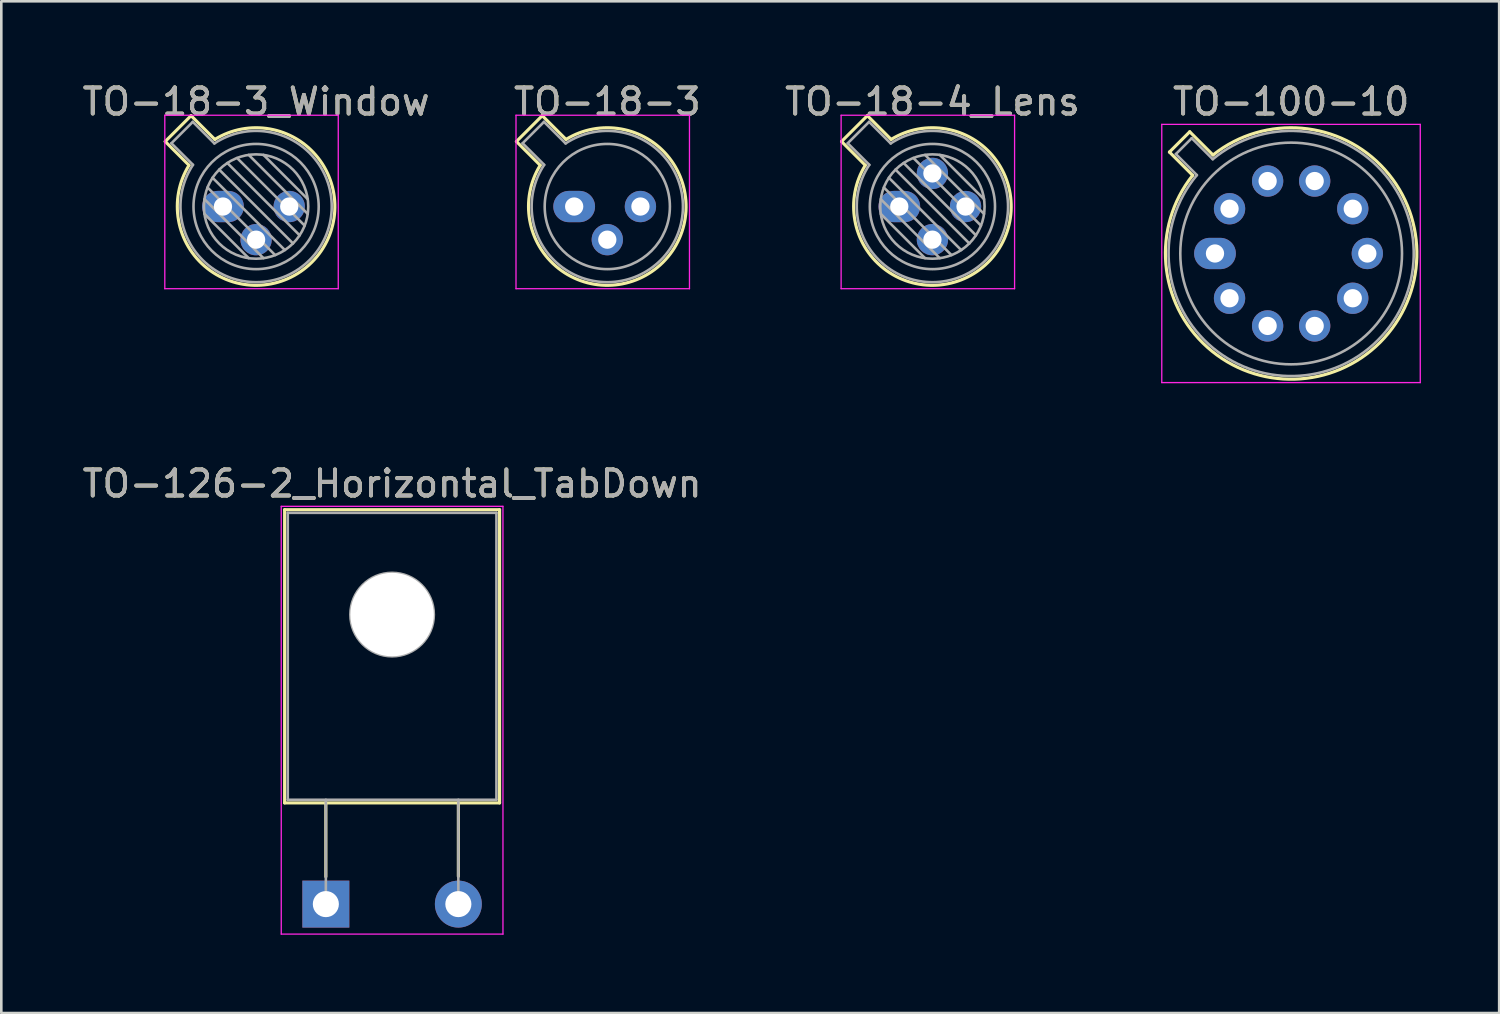
<source format=kicad_pcb>
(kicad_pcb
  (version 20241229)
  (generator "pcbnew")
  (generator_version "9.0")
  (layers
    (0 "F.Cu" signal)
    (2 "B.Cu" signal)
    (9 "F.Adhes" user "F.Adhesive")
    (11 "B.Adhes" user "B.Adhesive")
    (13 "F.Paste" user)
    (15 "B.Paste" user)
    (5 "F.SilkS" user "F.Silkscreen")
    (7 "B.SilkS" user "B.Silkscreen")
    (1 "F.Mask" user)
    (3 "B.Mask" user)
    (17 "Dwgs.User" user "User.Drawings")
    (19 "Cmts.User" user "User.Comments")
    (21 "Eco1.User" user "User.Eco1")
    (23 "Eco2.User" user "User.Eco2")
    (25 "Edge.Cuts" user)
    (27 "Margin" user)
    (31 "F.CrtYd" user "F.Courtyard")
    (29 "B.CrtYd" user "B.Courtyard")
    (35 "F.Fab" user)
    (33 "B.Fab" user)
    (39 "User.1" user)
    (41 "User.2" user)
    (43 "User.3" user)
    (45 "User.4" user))
  (footprint "TO-18-4_Lens"
    (layer "F.Cu")
    (at 31.426 4.868)
    (property "Reference" "TO-18-4_Lens" (at 1.27 -4.02 0) (layer "F.SilkS") (effects (font (size 1 1) (thickness 0.15))))
    (attr through_hole)
    (fp_line (start -2.214 -2.494) (end -1.302 -1.582) (stroke (width 0.12) (type solid)) (layer "F.SilkS"))
    (fp_line (start -1.224 -3.484) (end -2.214 -2.494) (stroke (width 0.12) (type solid)) (layer "F.SilkS"))
    (fp_line (start -0.312 -2.572) (end -1.224 -3.484) (stroke (width 0.12) (type solid)) (layer "F.SilkS"))
    (fp_arc (start -0.312331 -2.572281) (mid 3.405374 2.135551) (end -1.30215 -1.582544) (stroke (width 0.12) (type solid)) (layer "F.SilkS"))
    (fp_line (start -2.23 -3.5) (end -2.23 3.15) (stroke (width 0.05) (type solid)) (layer "F.CrtYd"))
    (fp_line (start -2.23 3.15) (end 4.42 3.15) (stroke (width 0.05) (type solid)) (layer "F.CrtYd"))
    (fp_line (start 4.42 -3.5) (end -2.23 -3.5) (stroke (width 0.05) (type solid)) (layer "F.CrtYd"))
    (fp_line (start 4.42 3.15) (end 4.42 -3.5) (stroke (width 0.05) (type solid)) (layer "F.CrtYd"))
    (fp_line (start -1.977 -2.426) (end -1.149 -1.599) (stroke (width 0.1) (type solid)) (layer "F.Fab"))
    (fp_line (start -1.156 -3.247) (end -1.977 -2.426) (stroke (width 0.1) (type solid)) (layer "F.Fab"))
    (fp_line (start -0.71 -0.283) (end 1.553 1.98) (stroke (width 0.1) (type solid)) (layer "F.Fab"))
    (fp_line (start -0.71 0.283) (end 0.987 1.98) (stroke (width 0.1) (type solid)) (layer "F.Fab"))
    (fp_line (start -0.592 -0.731) (end 2.001 1.862) (stroke (width 0.1) (type solid)) (layer "F.Fab"))
    (fp_line (start -0.399 -1.103) (end 2.373 1.669) (stroke (width 0.1) (type solid)) (layer "F.Fab"))
    (fp_line (start -0.329 -2.419) (end -1.156 -3.247) (stroke (width 0.1) (type solid)) (layer "F.Fab"))
    (fp_line (start -0.145 -1.415) (end 2.685 1.415) (stroke (width 0.1) (type solid)) (layer "F.Fab"))
    (fp_line (start 0.167 -1.669) (end 2.939 1.103) (stroke (width 0.1) (type solid)) (layer "F.Fab"))
    (fp_line (start 0.539 -1.862) (end 3.132 0.731) (stroke (width 0.1) (type solid)) (layer "F.Fab"))
    (fp_line (start 0.987 -1.98) (end 3.25 0.283) (stroke (width 0.1) (type solid)) (layer "F.Fab"))
    (fp_line (start 1.553 -1.98) (end 3.25 -0.283) (stroke (width 0.1) (type solid)) (layer "F.Fab"))
    (fp_arc (start -0.329057 -2.419301) (mid 3.321076 2.050143) (end -1.150029 -1.597956) (stroke (width 0.1) (type solid)) (layer "F.Fab"))
    (fp_circle (center 1.27 0) (end 3.27 0) (stroke (width 0.1) (type solid)) (fill no) (layer "F.Fab"))
    (fp_circle (center 1.27 0) (end 3.67 0) (stroke (width 0.1) (type solid)) (fill no) (layer "F.Fab"))
    (fp_text user "${REFERENCE}" (at 1.27 -4.02 0) (layer "F.Fab") (effects (font (size 1 1) (thickness 0.15))))
    (pad "1" thru_hole oval (at 0 0) (size 1.6 1.2) (drill 0.7) (layers "*.Cu" "*.Mask"))
    (pad "2" thru_hole oval (at 1.27 1.27) (size 1.2 1.2) (drill 0.7) (layers "*.Cu" "*.Mask"))
    (pad "3" thru_hole oval (at 2.54 0) (size 1.2 1.2) (drill 0.7) (layers "*.Cu" "*.Mask"))
    (pad "4" thru_hole oval (at 1.27 -1.27) (size 1.2 1.2) (drill 0.7) (layers "*.Cu" "*.Mask")))
  (footprint "TO-100-10"
    (layer "F.Cu")
    (at 43.529 6.668)
    (property "Reference" "TO-100-10" (at 2.92 -5.82 0) (layer "F.SilkS") (effects (font (size 1 1) (thickness 0.15))))
    (attr through_hole)
    (fp_line (start -1.746 -3.888) (end -0.855 -2.997) (stroke (width 0.12) (type solid)) (layer "F.SilkS"))
    (fp_line (start -0.968 -4.666) (end -1.746 -3.888) (stroke (width 0.12) (type solid)) (layer "F.SilkS"))
    (fp_line (start -0.077 -3.775) (end -0.968 -4.666) (stroke (width 0.12) (type solid)) (layer "F.SilkS"))
    (fp_arc (start -0.077084 -3.774902) (mid 6.328125 3.408384) (end -0.854674 -2.997371) (stroke (width 0.12) (type solid)) (layer "F.SilkS"))
    (fp_line (start -2.04 -4.95) (end -2.04 4.95) (stroke (width 0.05) (type solid)) (layer "F.CrtYd"))
    (fp_line (start -2.04 4.95) (end 7.87 4.95) (stroke (width 0.05) (type solid)) (layer "F.CrtYd"))
    (fp_line (start 7.87 -4.95) (end -2.04 -4.95) (stroke (width 0.05) (type solid)) (layer "F.CrtYd"))
    (fp_line (start 7.87 4.95) (end 7.87 -4.95) (stroke (width 0.05) (type solid)) (layer "F.CrtYd"))
    (fp_line (start -1.5 -3.812) (end -0.694 -3.005) (stroke (width 0.1) (type solid)) (layer "F.Fab"))
    (fp_line (start -0.892 -4.42) (end -1.5 -3.812) (stroke (width 0.1) (type solid)) (layer "F.Fab"))
    (fp_line (start -0.085 -3.614) (end -0.892 -4.42) (stroke (width 0.1) (type solid)) (layer "F.Fab"))
    (fp_arc (start -0.085408 -3.61352) (mid 6.243443 3.323361) (end -0.693594 -3.005319) (stroke (width 0.1) (type solid)) (layer "F.Fab"))
    (fp_circle (center 2.92 0) (end 7.17 0) (stroke (width 0.1) (type solid)) (fill no) (layer "F.Fab"))
    (fp_text user "${REFERENCE}" (at 2.92 -5.82 0) (layer "F.Fab") (effects (font (size 1 1) (thickness 0.15))))
    (pad "1" thru_hole oval (at 0 0) (size 1.6 1.2) (drill 0.7) (layers "*.Cu" "*.Mask"))
    (pad "2" thru_hole oval (at 0.558 1.716) (size 1.2 1.2) (drill 0.7) (layers "*.Cu" "*.Mask"))
    (pad "3" thru_hole oval (at 2.018 2.777) (size 1.2 1.2) (drill 0.7) (layers "*.Cu" "*.Mask"))
    (pad "4" thru_hole oval (at 3.822 2.777) (size 1.2 1.2) (drill 0.7) (layers "*.Cu" "*.Mask"))
    (pad "5" thru_hole oval (at 5.282 1.716) (size 1.2 1.2) (drill 0.7) (layers "*.Cu" "*.Mask"))
    (pad "6" thru_hole oval (at 5.84 0) (size 1.2 1.2) (drill 0.7) (layers "*.Cu" "*.Mask"))
    (pad "7" thru_hole oval (at 5.282 -1.716) (size 1.2 1.2) (drill 0.7) (layers "*.Cu" "*.Mask"))
    (pad "8" thru_hole oval (at 3.822 -2.777) (size 1.2 1.2) (drill 0.7) (layers "*.Cu" "*.Mask"))
    (pad "9" thru_hole oval (at 2.018 -2.777) (size 1.2 1.2) (drill 0.7) (layers "*.Cu" "*.Mask"))
    (pad "10" thru_hole oval (at 0.558 -1.716) (size 1.2 1.2) (drill 0.7) (layers "*.Cu" "*.Mask")))
  (footprint "TO-126-2_Horizontal_TabDown"
    (layer "F.Cu")
    (at 9.442 31.611)
    (property "Reference" "TO-126-2_Horizontal_TabDown" (at 2.54 -16.12 0) (layer "F.SilkS") (effects (font (size 1 1) (thickness 0.15))))
    (attr through_hole)
    (fp_line (start -1.58 -15.12) (end -1.58 -3.88) (stroke (width 0.12) (type solid)) (layer "F.SilkS"))
    (fp_line (start -1.58 -15.12) (end 6.66 -15.12) (stroke (width 0.12) (type solid)) (layer "F.SilkS"))
    (fp_line (start -1.58 -3.88) (end 6.66 -3.88) (stroke (width 0.12) (type solid)) (layer "F.SilkS"))
    (fp_line (start 0 -3.88) (end 0 -1.05) (stroke (width 0.12) (type solid)) (layer "F.SilkS"))
    (fp_line (start 5.08 -3.88) (end 5.08 -1.066) (stroke (width 0.12) (type solid)) (layer "F.SilkS"))
    (fp_line (start 6.66 -15.12) (end 6.66 -3.88) (stroke (width 0.12) (type solid)) (layer "F.SilkS"))
    (fp_line (start -1.71 -15.25) (end -1.71 1.15) (stroke (width 0.05) (type solid)) (layer "F.CrtYd"))
    (fp_line (start -1.71 1.15) (end 6.79 1.15) (stroke (width 0.05) (type solid)) (layer "F.CrtYd"))
    (fp_line (start 6.79 -15.25) (end -1.71 -15.25) (stroke (width 0.05) (type solid)) (layer "F.CrtYd"))
    (fp_line (start 6.79 1.15) (end 6.79 -15.25) (stroke (width 0.05) (type solid)) (layer "F.CrtYd"))
    (fp_line (start -1.46 -15) (end 6.54 -15) (stroke (width 0.1) (type solid)) (layer "F.Fab"))
    (fp_line (start -1.46 -4) (end -1.46 -15) (stroke (width 0.1) (type solid)) (layer "F.Fab"))
    (fp_line (start 0 -4) (end 0 0) (stroke (width 0.1) (type solid)) (layer "F.Fab"))
    (fp_line (start 5.08 -4) (end 5.08 0) (stroke (width 0.1) (type solid)) (layer "F.Fab"))
    (fp_line (start 6.54 -15) (end 6.54 -4) (stroke (width 0.1) (type solid)) (layer "F.Fab"))
    (fp_line (start 6.54 -4) (end -1.46 -4) (stroke (width 0.1) (type solid)) (layer "F.Fab"))
    (fp_circle (center 2.54 -11.1) (end 4.14 -11.1) (stroke (width 0.1) (type solid)) (fill no) (layer "F.Fab"))
    (fp_text user "${REFERENCE}" (at 2.54 -16.12 0) (layer "F.Fab") (effects (font (size 1 1) (thickness 0.15))))
    (pad "" np_thru_hole oval (at 2.54 -11.1) (size 3.2 3.2) (drill 3.2) (layers "*.Cu" "*.Mask"))
    (pad "1" thru_hole rect (at 0 0) (size 1.8 1.8) (drill 1) (layers "*.Cu" "*.Mask"))
    (pad "2" thru_hole oval (at 5.08 0) (size 1.8 1.8) (drill 1) (layers "*.Cu" "*.Mask")))
  (footprint "TO-18-3"
    (layer "F.Cu")
    (at 18.962 4.868)
    (property "Reference" "TO-18-3" (at 1.27 -4.02 0) (layer "F.SilkS") (effects (font (size 1 1) (thickness 0.15))))
    (attr through_hole)
    (fp_line (start -2.214 -2.494) (end -1.302 -1.582) (stroke (width 0.12) (type solid)) (layer "F.SilkS"))
    (fp_line (start -1.224 -3.484) (end -2.214 -2.494) (stroke (width 0.12) (type solid)) (layer "F.SilkS"))
    (fp_line (start -0.312 -2.572) (end -1.224 -3.484) (stroke (width 0.12) (type solid)) (layer "F.SilkS"))
    (fp_arc (start -0.312331 -2.572281) (mid 3.405374 2.135551) (end -1.30215 -1.582544) (stroke (width 0.12) (type solid)) (layer "F.SilkS"))
    (fp_line (start -2.23 -3.5) (end -2.23 3.15) (stroke (width 0.05) (type solid)) (layer "F.CrtYd"))
    (fp_line (start -2.23 3.15) (end 4.42 3.15) (stroke (width 0.05) (type solid)) (layer "F.CrtYd"))
    (fp_line (start 4.42 -3.5) (end -2.23 -3.5) (stroke (width 0.05) (type solid)) (layer "F.CrtYd"))
    (fp_line (start 4.42 3.15) (end 4.42 -3.5) (stroke (width 0.05) (type solid)) (layer "F.CrtYd"))
    (fp_line (start -1.977 -2.426) (end -1.149 -1.599) (stroke (width 0.1) (type solid)) (layer "F.Fab"))
    (fp_line (start -1.156 -3.247) (end -1.977 -2.426) (stroke (width 0.1) (type solid)) (layer "F.Fab"))
    (fp_line (start -0.329 -2.419) (end -1.156 -3.247) (stroke (width 0.1) (type solid)) (layer "F.Fab"))
    (fp_arc (start -0.329057 -2.419301) (mid 3.321076 2.050143) (end -1.150029 -1.597956) (stroke (width 0.1) (type solid)) (layer "F.Fab"))
    (fp_circle (center 1.27 0) (end 3.67 0) (stroke (width 0.1) (type solid)) (fill no) (layer "F.Fab"))
    (fp_text user "${REFERENCE}" (at 1.27 -4.02 0) (layer "F.Fab") (effects (font (size 1 1) (thickness 0.15))))
    (pad "1" thru_hole oval (at 0 0) (size 1.6 1.2) (drill 0.7) (layers "*.Cu" "*.Mask"))
    (pad "2" thru_hole oval (at 1.27 1.27) (size 1.2 1.2) (drill 0.7) (layers "*.Cu" "*.Mask"))
    (pad "3" thru_hole oval (at 2.54 0) (size 1.2 1.2) (drill 0.7) (layers "*.Cu" "*.Mask")))
  (footprint "TO-18-3_Window"
    (layer "F.Cu")
    (at 5.498 4.868)
    (property "Reference" "TO-18-3_Window" (at 1.27 -4.02 0) (layer "F.SilkS") (effects (font (size 1 1) (thickness 0.15))))
    (attr through_hole)
    (fp_line (start -2.214 -2.494) (end -1.302 -1.582) (stroke (width 0.12) (type solid)) (layer "F.SilkS"))
    (fp_line (start -1.224 -3.484) (end -2.214 -2.494) (stroke (width 0.12) (type solid)) (layer "F.SilkS"))
    (fp_line (start -0.312 -2.572) (end -1.224 -3.484) (stroke (width 0.12) (type solid)) (layer "F.SilkS"))
    (fp_arc (start -0.312331 -2.572281) (mid 3.405374 2.135551) (end -1.30215 -1.582544) (stroke (width 0.12) (type solid)) (layer "F.SilkS"))
    (fp_line (start -2.23 -3.5) (end -2.23 3.15) (stroke (width 0.05) (type solid)) (layer "F.CrtYd"))
    (fp_line (start -2.23 3.15) (end 4.42 3.15) (stroke (width 0.05) (type solid)) (layer "F.CrtYd"))
    (fp_line (start 4.42 -3.5) (end -2.23 -3.5) (stroke (width 0.05) (type solid)) (layer "F.CrtYd"))
    (fp_line (start 4.42 3.15) (end 4.42 -3.5) (stroke (width 0.05) (type solid)) (layer "F.CrtYd"))
    (fp_line (start -1.977 -2.426) (end -1.149 -1.599) (stroke (width 0.1) (type solid)) (layer "F.Fab"))
    (fp_line (start -1.156 -3.247) (end -1.977 -2.426) (stroke (width 0.1) (type solid)) (layer "F.Fab"))
    (fp_line (start -0.71 -0.283) (end 1.553 1.98) (stroke (width 0.1) (type solid)) (layer "F.Fab"))
    (fp_line (start -0.71 0.283) (end 0.987 1.98) (stroke (width 0.1) (type solid)) (layer "F.Fab"))
    (fp_line (start -0.592 -0.731) (end 2.001 1.862) (stroke (width 0.1) (type solid)) (layer "F.Fab"))
    (fp_line (start -0.399 -1.103) (end 2.373 1.669) (stroke (width 0.1) (type solid)) (layer "F.Fab"))
    (fp_line (start -0.329 -2.419) (end -1.156 -3.247) (stroke (width 0.1) (type solid)) (layer "F.Fab"))
    (fp_line (start -0.145 -1.415) (end 2.685 1.415) (stroke (width 0.1) (type solid)) (layer "F.Fab"))
    (fp_line (start 0.167 -1.669) (end 2.939 1.103) (stroke (width 0.1) (type solid)) (layer "F.Fab"))
    (fp_line (start 0.539 -1.862) (end 3.132 0.731) (stroke (width 0.1) (type solid)) (layer "F.Fab"))
    (fp_line (start 0.987 -1.98) (end 3.25 0.283) (stroke (width 0.1) (type solid)) (layer "F.Fab"))
    (fp_line (start 1.553 -1.98) (end 3.25 -0.283) (stroke (width 0.1) (type solid)) (layer "F.Fab"))
    (fp_arc (start -0.329057 -2.419301) (mid 3.321076 2.050143) (end -1.150029 -1.597956) (stroke (width 0.1) (type solid)) (layer "F.Fab"))
    (fp_circle (center 1.27 0) (end 3.27 0) (stroke (width 0.1) (type solid)) (fill no) (layer "F.Fab"))
    (fp_circle (center 1.27 0) (end 3.67 0) (stroke (width 0.1) (type solid)) (fill no) (layer "F.Fab"))
    (fp_text user "${REFERENCE}" (at 1.27 -4.02 0) (layer "F.Fab") (effects (font (size 1 1) (thickness 0.15))))
    (pad "1" thru_hole oval (at 0 0) (size 1.6 1.2) (drill 0.7) (layers "*.Cu" "*.Mask"))
    (pad "2" thru_hole oval (at 1.27 1.27) (size 1.2 1.2) (drill 0.7) (layers "*.Cu" "*.Mask"))
    (pad "3" thru_hole oval (at 2.54 0) (size 1.2 1.2) (drill 0.7) (layers "*.Cu" "*.Mask")))
  (gr_rect
    (start -3 -3)
    (end 54.424 35.786)
    (stroke (width 0.1) (type default))
    (fill no)
    (layer "Edge.Cuts")))
</source>
